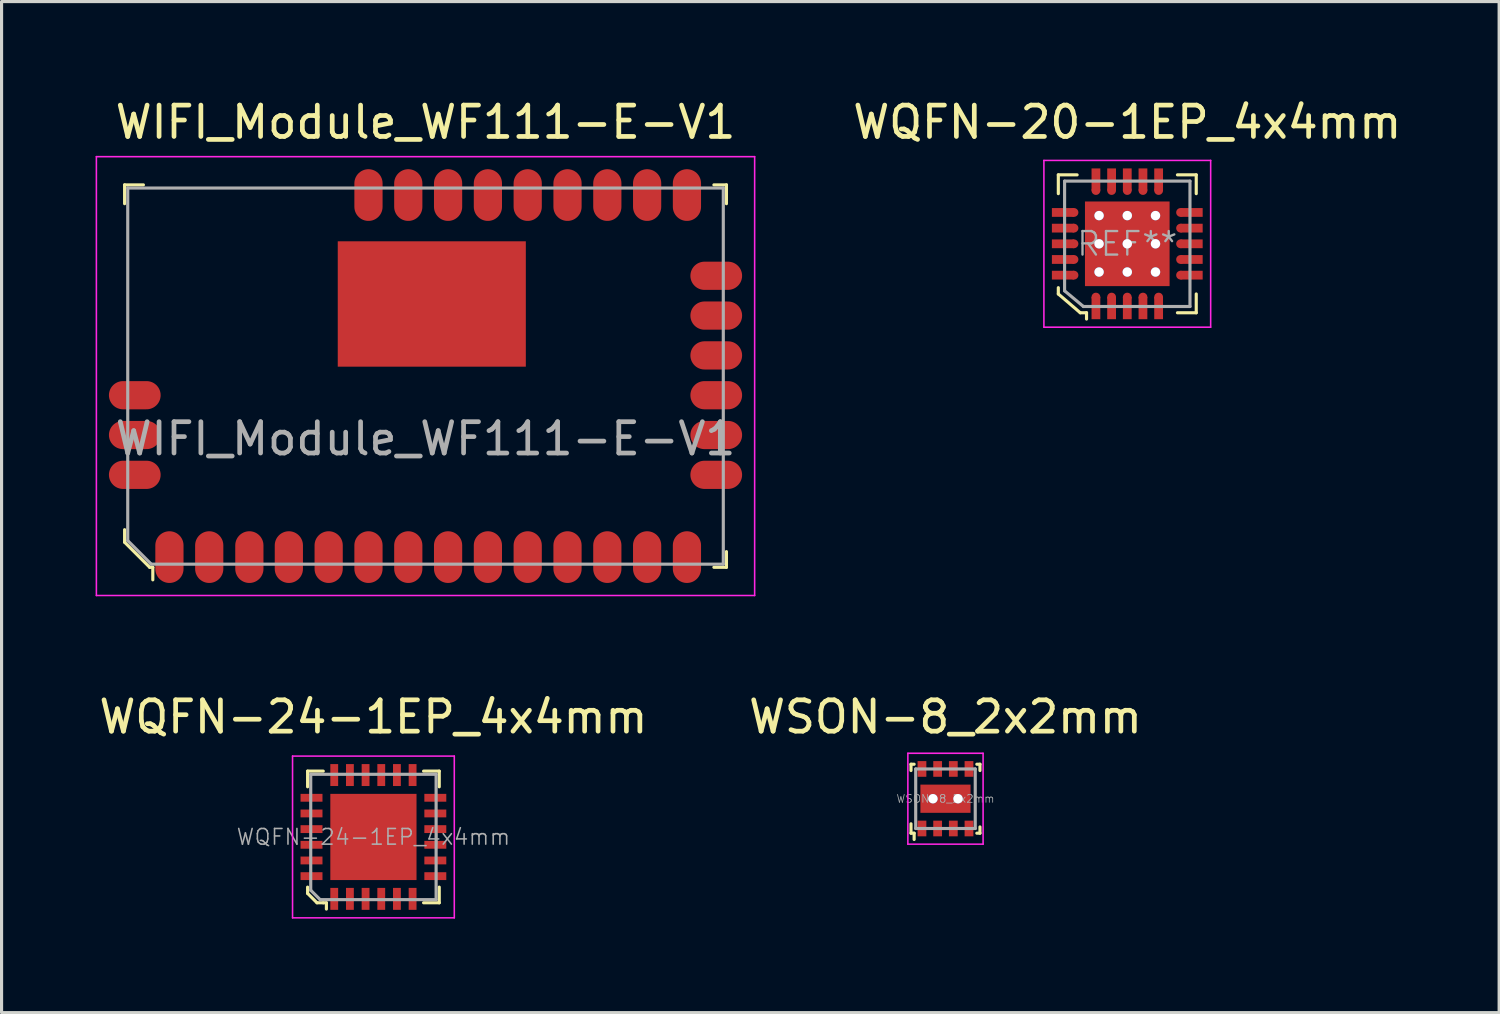
<source format=kicad_pcb>
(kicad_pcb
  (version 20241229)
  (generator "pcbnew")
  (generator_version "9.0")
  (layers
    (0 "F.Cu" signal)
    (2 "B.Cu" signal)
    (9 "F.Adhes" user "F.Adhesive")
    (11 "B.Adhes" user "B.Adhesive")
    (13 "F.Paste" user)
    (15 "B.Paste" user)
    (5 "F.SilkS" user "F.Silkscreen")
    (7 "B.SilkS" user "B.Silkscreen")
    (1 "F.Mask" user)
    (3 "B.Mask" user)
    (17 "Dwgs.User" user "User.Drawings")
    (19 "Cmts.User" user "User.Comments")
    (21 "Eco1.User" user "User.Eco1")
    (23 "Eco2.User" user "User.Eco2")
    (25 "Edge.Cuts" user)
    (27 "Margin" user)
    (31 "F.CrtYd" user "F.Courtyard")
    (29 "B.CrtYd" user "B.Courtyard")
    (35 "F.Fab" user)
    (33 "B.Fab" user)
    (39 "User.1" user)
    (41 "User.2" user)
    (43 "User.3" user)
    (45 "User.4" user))
  (footprint "WQFN-24-1EP_4x4mm"
    (layer "F.Cu")
    (at 8.863 23.651)
    (property "Reference" "WQFN-24-1EP_4x4mm" (at 0 -3.83 0) (layer "F.SilkS") (effects (font (size 1 1) (thickness 0.15))))
    (attr smd)
    (fp_line (start -2.1 -2.1) (end -2.1 -1.6) (stroke (width 0.1) (type solid)) (layer "F.SilkS"))
    (fp_line (start -2.1 1.6) (end -2.1 1.8) (stroke (width 0.1) (type solid)) (layer "F.SilkS"))
    (fp_line (start -2.1 1.8) (end -1.8 2.1) (stroke (width 0.1) (type solid)) (layer "F.SilkS"))
    (fp_line (start -1.8 2.1) (end -1.6 2.1) (stroke (width 0.1) (type solid)) (layer "F.SilkS"))
    (fp_line (start -1.6 -2.1) (end -2.1 -2.1) (stroke (width 0.1) (type solid)) (layer "F.SilkS"))
    (fp_line (start -1.6 2.1) (end -1.5 2.1) (stroke (width 0.1) (type solid)) (layer "F.SilkS"))
    (fp_line (start -1.5 2.1) (end -1.5 2.3) (stroke (width 0.1) (type solid)) (layer "F.SilkS"))
    (fp_line (start 1.6 -2.1) (end 2.1 -2.1) (stroke (width 0.1) (type solid)) (layer "F.SilkS"))
    (fp_line (start 2.1 -2.1) (end 2.1 -1.6) (stroke (width 0.1) (type solid)) (layer "F.SilkS"))
    (fp_line (start 2.1 2.1) (end 1.6 2.1) (stroke (width 0.1) (type solid)) (layer "F.SilkS"))
    (fp_line (start 2.1 2.1) (end 2.1 1.6) (stroke (width 0.1) (type solid)) (layer "F.SilkS"))
    (fp_line (start -2.58 -2.58) (end -2.58 2.58) (stroke (width 0.05) (type solid)) (layer "F.CrtYd"))
    (fp_line (start -2.58 -2.58) (end 2.58 -2.58) (stroke (width 0.05) (type solid)) (layer "F.CrtYd"))
    (fp_line (start -2.58 2.58) (end 2.58 2.58) (stroke (width 0.05) (type solid)) (layer "F.CrtYd"))
    (fp_line (start 2.58 -2.58) (end 2.58 2.58) (stroke (width 0.05) (type solid)) (layer "F.CrtYd"))
    (fp_line (start -2 -2) (end 2 -2) (stroke (width 0.1) (type solid)) (layer "F.Fab"))
    (fp_line (start -2 1.7) (end -2 -2) (stroke (width 0.1) (type solid)) (layer "F.Fab"))
    (fp_line (start -2 1.7) (end -1.7 2) (stroke (width 0.1) (type solid)) (layer "F.Fab"))
    (fp_line (start -1.7 2) (end 2 2) (stroke (width 0.1) (type solid)) (layer "F.Fab"))
    (fp_line (start 2 -2) (end 2 2) (stroke (width 0.1) (type solid)) (layer "F.Fab"))
    (fp_text user "${REFERENCE}" (at 0 0 0) (layer "F.Fab") (effects (font (size 0.5 0.5) (thickness 0.05))))
    (pad "1" smd rect (at -1.25 1.975) (size 0.25 0.7) (layers "F.Cu" "F.Mask" "F.Paste"))
    (pad "2" smd rect (at -0.75 1.975) (size 0.25 0.7) (layers "F.Cu" "F.Mask" "F.Paste"))
    (pad "3" smd rect (at -0.25 1.975) (size 0.25 0.7) (layers "F.Cu" "F.Mask" "F.Paste"))
    (pad "4" smd rect (at 0.25 1.975) (size 0.25 0.7) (layers "F.Cu" "F.Mask" "F.Paste"))
    (pad "5" smd rect (at 0.75 1.975) (size 0.25 0.7) (layers "F.Cu" "F.Mask" "F.Paste"))
    (pad "6" smd rect (at 1.25 1.975) (size 0.25 0.7) (layers "F.Cu" "F.Mask" "F.Paste"))
    (pad "7" smd rect (at 1.975 1.25) (size 0.7 0.25) (layers "F.Cu" "F.Mask" "F.Paste"))
    (pad "8" smd rect (at 1.975 0.75) (size 0.7 0.25) (layers "F.Cu" "F.Mask" "F.Paste"))
    (pad "9" smd rect (at 1.975 0.25) (size 0.7 0.25) (layers "F.Cu" "F.Mask" "F.Paste"))
    (pad "10" smd rect (at 1.975 -0.25) (size 0.7 0.25) (layers "F.Cu" "F.Mask" "F.Paste"))
    (pad "11" smd rect (at 1.975 -0.75) (size 0.7 0.25) (layers "F.Cu" "F.Mask" "F.Paste"))
    (pad "12" smd rect (at 1.975 -1.25) (size 0.7 0.25) (layers "F.Cu" "F.Mask" "F.Paste"))
    (pad "13" smd rect (at 1.25 -1.975) (size 0.25 0.7) (layers "F.Cu" "F.Mask" "F.Paste"))
    (pad "14" smd rect (at 0.75 -1.975) (size 0.25 0.7) (layers "F.Cu" "F.Mask" "F.Paste"))
    (pad "15" smd rect (at 0.25 -1.975) (size 0.25 0.7) (layers "F.Cu" "F.Mask" "F.Paste"))
    (pad "16" smd rect (at -0.25 -1.975) (size 0.25 0.7) (layers "F.Cu" "F.Mask" "F.Paste"))
    (pad "17" smd rect (at -0.75 -1.975) (size 0.25 0.7) (layers "F.Cu" "F.Mask" "F.Paste"))
    (pad "18" smd rect (at -1.25 -1.975) (size 0.25 0.7) (layers "F.Cu" "F.Mask" "F.Paste"))
    (pad "19" smd rect (at -1.975 -1.25) (size 0.7 0.25) (layers "F.Cu" "F.Mask" "F.Paste"))
    (pad "20" smd rect (at -1.975 -0.75) (size 0.7 0.25) (layers "F.Cu" "F.Mask" "F.Paste"))
    (pad "21" smd rect (at -1.975 -0.25) (size 0.7 0.25) (layers "F.Cu" "F.Mask" "F.Paste"))
    (pad "22" smd rect (at -1.975 0.25) (size 0.7 0.25) (layers "F.Cu" "F.Mask" "F.Paste"))
    (pad "23" smd rect (at -1.975 0.75) (size 0.7 0.25) (layers "F.Cu" "F.Mask" "F.Paste"))
    (pad "24" smd rect (at -1.975 1.25) (size 0.7 0.25) (layers "F.Cu" "F.Mask" "F.Paste"))
    (pad "25" smd rect (at 0 0) (size 2.75 2.75) (layers "F.Cu" "F.Mask" "F.Paste")))
  (footprint "WIFI_Module_WF111-E-V1"
    (layer "F.Cu")
    (at 10.525 8.948)
    (property "Reference" "WIFI_Module_WF111-E-V1" (at 0 -8.1 0) (layer "F.SilkS") (effects (font (size 1 1) (thickness 0.15))))
    (attr smd)
    (fp_line (start -9.6 -6.1) (end -9.6 -5.5) (stroke (width 0.1) (type solid)) (layer "F.SilkS"))
    (fp_line (start -9.6 4.9) (end -9.6 5.3) (stroke (width 0.1) (type solid)) (layer "F.SilkS"))
    (fp_line (start -9.6 5.3) (end -8.8 6.1) (stroke (width 0.1) (type solid)) (layer "F.SilkS"))
    (fp_line (start -9 -6.1) (end -9.6 -6.1) (stroke (width 0.1) (type solid)) (layer "F.SilkS"))
    (fp_line (start -8.8 6.1) (end -8.7 6.1) (stroke (width 0.1) (type solid)) (layer "F.SilkS"))
    (fp_line (start -8.7 6.1) (end -8.7 6.5) (stroke (width 0.1) (type solid)) (layer "F.SilkS"))
    (fp_line (start 9.2 -6.1) (end 9.6 -6.1) (stroke (width 0.1) (type solid)) (layer "F.SilkS"))
    (fp_line (start 9.2 6.1) (end 9.6 6.1) (stroke (width 0.1) (type solid)) (layer "F.SilkS"))
    (fp_line (start 9.6 -6.1) (end 9.6 -5.5) (stroke (width 0.1) (type solid)) (layer "F.SilkS"))
    (fp_line (start 9.6 6.1) (end 9.6 5.6) (stroke (width 0.1) (type solid)) (layer "F.SilkS"))
    (fp_line (start -10.5 -7) (end 10.5 -7) (stroke (width 0.05) (type solid)) (layer "F.CrtYd"))
    (fp_line (start -10.5 7) (end -10.5 -7) (stroke (width 0.05) (type solid)) (layer "F.CrtYd"))
    (fp_line (start -10.5 7) (end 10.5 7) (stroke (width 0.05) (type solid)) (layer "F.CrtYd"))
    (fp_line (start 10.5 7) (end 10.5 -7) (stroke (width 0.05) (type solid)) (layer "F.CrtYd"))
    (fp_line (start -9.5 -6) (end 9.5 -6) (stroke (width 0.1) (type solid)) (layer "F.Fab"))
    (fp_line (start -9.5 5.25) (end -9.5 -6) (stroke (width 0.1) (type solid)) (layer "F.Fab"))
    (fp_line (start -8.75 6) (end -9.5 5.25) (stroke (width 0.1) (type solid)) (layer "F.Fab"))
    (fp_line (start -8.75 6) (end 9.5 6) (stroke (width 0.1) (type solid)) (layer "F.Fab"))
    (fp_line (start 9.5 -6) (end 9.5 6) (stroke (width 0.1) (type solid)) (layer "F.Fab"))
    (fp_text user "${REFERENCE}" (at 0 2 0) (layer "F.Fab") (effects (font (size 1 1) (thickness 0.15))))
    (pad "1" smd oval (at -8.17 5.775) (size 0.9 1.65) (layers "F.Cu" "F.Mask" "F.Paste"))
    (pad "2" smd oval (at -6.9 5.775) (size 0.9 1.65) (layers "F.Cu" "F.Mask" "F.Paste"))
    (pad "3" smd oval (at -5.62 5.775) (size 0.9 1.65) (layers "F.Cu" "F.Mask" "F.Paste"))
    (pad "4" smd oval (at -4.36 5.775) (size 0.9 1.65) (layers "F.Cu" "F.Mask" "F.Paste"))
    (pad "5" smd oval (at -3.09 5.775) (size 0.9 1.65) (layers "F.Cu" "F.Mask" "F.Paste"))
    (pad "6" smd oval (at -1.82 5.775) (size 0.9 1.65) (layers "F.Cu" "F.Mask" "F.Paste"))
    (pad "7" smd oval (at -0.55 5.775) (size 0.9 1.65) (layers "F.Cu" "F.Mask" "F.Paste"))
    (pad "8" smd oval (at 0.72 5.775) (size 0.9 1.65) (layers "F.Cu" "F.Mask" "F.Paste"))
    (pad "9" smd oval (at 1.99 5.775) (size 0.9 1.65) (layers "F.Cu" "F.Mask" "F.Paste"))
    (pad "10" smd oval (at 3.26 5.775) (size 0.9 1.65) (layers "F.Cu" "F.Mask" "F.Paste"))
    (pad "11" smd oval (at 4.53 5.775) (size 0.9 1.65) (layers "F.Cu" "F.Mask" "F.Paste"))
    (pad "12" smd oval (at 5.8 5.775) (size 0.9 1.65) (layers "F.Cu" "F.Mask" "F.Paste"))
    (pad "13" smd oval (at 7.07 5.775) (size 0.9 1.65) (layers "F.Cu" "F.Mask" "F.Paste"))
    (pad "14" smd oval (at 8.34 5.775) (size 0.9 1.65) (layers "F.Cu" "F.Mask" "F.Paste"))
    (pad "15" smd oval (at 9.275 3.15) (size 1.65 0.9) (layers "F.Cu" "F.Mask" "F.Paste"))
    (pad "16" smd oval (at 9.275 1.88) (size 1.65 0.9) (layers "F.Cu" "F.Mask" "F.Paste"))
    (pad "17" smd oval (at 9.275 0.61) (size 1.65 0.9) (layers "F.Cu" "F.Mask" "F.Paste"))
    (pad "18" smd oval (at 9.275 -0.66) (size 1.65 0.9) (layers "F.Cu" "F.Mask" "F.Paste"))
    (pad "19" smd oval (at 9.275 -1.93) (size 1.65 0.9) (layers "F.Cu" "F.Mask" "F.Paste"))
    (pad "20" smd oval (at 9.275 -3.2) (size 1.65 0.9) (layers "F.Cu" "F.Mask" "F.Paste"))
    (pad "21" smd oval (at 8.34 -5.775) (size 0.9 1.65) (layers "F.Cu" "F.Mask" "F.Paste"))
    (pad "22" smd oval (at 7.07 -5.775) (size 0.9 1.65) (layers "F.Cu" "F.Mask" "F.Paste"))
    (pad "23" smd oval (at 5.8 -5.775) (size 0.9 1.65) (layers "F.Cu" "F.Mask" "F.Paste"))
    (pad "24" smd oval (at 4.53 -5.775) (size 0.9 1.65) (layers "F.Cu" "F.Mask" "F.Paste"))
    (pad "25" smd oval (at 3.26 -5.775) (size 0.9 1.65) (layers "F.Cu" "F.Mask" "F.Paste"))
    (pad "26" smd oval (at 1.99 -5.775) (size 0.9 1.65) (layers "F.Cu" "F.Mask" "F.Paste"))
    (pad "27" smd oval (at 0.72 -5.775) (size 0.9 1.65) (layers "F.Cu" "F.Mask" "F.Paste"))
    (pad "28" smd oval (at -0.55 -5.775) (size 0.9 1.65) (layers "F.Cu" "F.Mask" "F.Paste"))
    (pad "29" smd oval (at -1.82 -5.775) (size 0.9 1.65) (layers "F.Cu" "F.Mask" "F.Paste"))
    (pad "30" smd oval (at -9.275 0.61) (size 1.65 0.9) (layers "F.Cu" "F.Mask" "F.Paste"))
    (pad "31" smd oval (at -9.275 1.88) (size 1.65 0.9) (layers "F.Cu" "F.Mask" "F.Paste"))
    (pad "32" smd oval (at -9.275 3.15) (size 1.65 0.9) (layers "F.Cu" "F.Mask" "F.Paste"))
    (pad "33" smd rect (at 0.2 -2.3) (size 6 4) (layers "F.Cu" "F.Mask" "F.Paste")))
  (footprint "WSON-8_2x2mm"
    (layer "F.Cu")
    (at 27.113 22.431)
    (property "Reference" "WSON-8_2x2mm" (at 0 -2.61 0) (layer "F.SilkS") (effects (font (size 1 1) (thickness 0.15))))
    (attr through_hole)
    (fp_line (start -1.1 -1.1) (end -1.1 -0.9) (stroke (width 0.1) (type solid)) (layer "F.SilkS"))
    (fp_line (start -1.1 -1.1) (end -1 -1.1) (stroke (width 0.1) (type solid)) (layer "F.SilkS"))
    (fp_line (start -1.1 0.8) (end -1.1 1.1) (stroke (width 0.1) (type solid)) (layer "F.SilkS"))
    (fp_line (start -1.1 1.1) (end -1 1.1) (stroke (width 0.1) (type solid)) (layer "F.SilkS"))
    (fp_line (start -1 1.1) (end -1 1.3) (stroke (width 0.1) (type solid)) (layer "F.SilkS"))
    (fp_line (start 1 1.1) (end 1.1 1.1) (stroke (width 0.1) (type solid)) (layer "F.SilkS"))
    (fp_line (start 1.1 -1.1) (end 1 -1.1) (stroke (width 0.1) (type solid)) (layer "F.SilkS"))
    (fp_line (start 1.1 -1.1) (end 1.1 -0.9) (stroke (width 0.1) (type solid)) (layer "F.SilkS"))
    (fp_line (start 1.1 1.1) (end 1.1 0.9) (stroke (width 0.1) (type solid)) (layer "F.SilkS"))
    (fp_line (start -1.2 -1.45) (end -1.2 1.45) (stroke (width 0.05) (type solid)) (layer "F.CrtYd"))
    (fp_line (start -1.2 -1.45) (end 1.2 -1.45) (stroke (width 0.05) (type solid)) (layer "F.CrtYd"))
    (fp_line (start -1.2 1.45) (end 1.2 1.45) (stroke (width 0.05) (type solid)) (layer "F.CrtYd"))
    (fp_line (start 1.2 -1.45) (end 1.2 1.45) (stroke (width 0.05) (type solid)) (layer "F.CrtYd"))
    (fp_line (start -0.95 -0.95) (end 0.95 -0.95) (stroke (width 0.1) (type solid)) (layer "F.Fab"))
    (fp_line (start -0.95 0.95) (end -0.95 -0.95) (stroke (width 0.1) (type solid)) (layer "F.Fab"))
    (fp_line (start -0.95 0.95) (end 0.95 0.95) (stroke (width 0.1) (type solid)) (layer "F.Fab"))
    (fp_line (start 0.95 0.95) (end 0.95 -0.95) (stroke (width 0.1) (type solid)) (layer "F.Fab"))
    (fp_text user "${REFERENCE}" (at 0 0 0) (layer "F.Fab") (effects (font (size 0.25 0.25) (thickness 0.025))))
    (pad "1" smd rect (at -0.75 0.95) (size 0.28 0.5) (layers "F.Cu" "F.Mask" "F.Paste"))
    (pad "2" smd rect (at -0.25 0.95) (size 0.28 0.5) (layers "F.Cu" "F.Mask" "F.Paste"))
    (pad "3" smd rect (at 0.25 0.95) (size 0.28 0.5) (layers "F.Cu" "F.Mask" "F.Paste"))
    (pad "4" smd rect (at 0.75 0.95) (size 0.28 0.5) (layers "F.Cu" "F.Mask" "F.Paste"))
    (pad "5" smd rect (at 0.75 -0.95) (size 0.28 0.5) (layers "F.Cu" "F.Mask" "F.Paste"))
    (pad "6" smd rect (at 0.25 -0.95) (size 0.28 0.5) (layers "F.Cu" "F.Mask" "F.Paste"))
    (pad "7" smd rect (at -0.25 -0.95) (size 0.28 0.5) (layers "F.Cu" "F.Mask" "F.Paste"))
    (pad "8" smd rect (at -0.75 -0.95) (size 0.28 0.5) (layers "F.Cu" "F.Mask" "F.Paste"))
    (pad "9" thru_hole circle (at -0.4 0) (size 0.3 0.3) (drill 0.3) (layers "*.Cu" "*.Mask"))
    (pad "9" smd rect (at 0 0) (size 1.6 0.9) (layers "F.Cu" "F.Mask" "F.Paste"))
    (pad "9" thru_hole circle (at 0.4 0) (size 0.3 0.3) (drill 0.3) (layers "*.Cu" "*.Mask")))
  (footprint "WQFN-20-1EP_4x4mm"
    (layer "F.Cu")
    (at 32.913 4.728)
    (property "Reference" "WQFN-20-1EP_4x4mm" (at 0 -3.88 0) (layer "F.SilkS") (effects (font (size 1 1) (thickness 0.15))))
    (attr smd)
    (fp_line (start -2.2 -2.2) (end -2.2 -1.6) (stroke (width 0.1) (type solid)) (layer "F.SilkS"))
    (fp_line (start -2.2 -2.2) (end -1.6 -2.2) (stroke (width 0.1) (type solid)) (layer "F.SilkS"))
    (fp_line (start -2.2 1.4) (end -2.2 1.6) (stroke (width 0.1) (type solid)) (layer "F.SilkS"))
    (fp_line (start -2.2 1.6) (end -1.5 2.2) (stroke (width 0.1) (type solid)) (layer "F.SilkS"))
    (fp_line (start -1.5 2.2) (end -1.3 2.2) (stroke (width 0.1) (type solid)) (layer "F.SilkS"))
    (fp_line (start -1.3 2.2) (end -1.3 2.4) (stroke (width 0.1) (type solid)) (layer "F.SilkS"))
    (fp_line (start 2.2 -2.2) (end 1.6 -2.2) (stroke (width 0.1) (type solid)) (layer "F.SilkS"))
    (fp_line (start 2.2 -2.2) (end 2.2 -1.6) (stroke (width 0.1) (type solid)) (layer "F.SilkS"))
    (fp_line (start 2.2 2.2) (end 1.6 2.2) (stroke (width 0.1) (type solid)) (layer "F.SilkS"))
    (fp_line (start 2.2 2.2) (end 2.2 1.6) (stroke (width 0.1) (type solid)) (layer "F.SilkS"))
    (fp_line (start -2.66 -2.66) (end -2.66 2.66) (stroke (width 0.05) (type solid)) (layer "F.CrtYd"))
    (fp_line (start -2.66 -2.66) (end 2.66 -2.66) (stroke (width 0.05) (type solid)) (layer "F.CrtYd"))
    (fp_line (start -2.66 2.66) (end 2.66 2.66) (stroke (width 0.05) (type solid)) (layer "F.CrtYd"))
    (fp_line (start 2.66 -2.66) (end 2.66 2.66) (stroke (width 0.05) (type solid)) (layer "F.CrtYd"))
    (fp_line (start -2 -2) (end 2 -2) (stroke (width 0.1) (type solid)) (layer "F.Fab"))
    (fp_line (start -2 1.5) (end -2 -2) (stroke (width 0.1) (type solid)) (layer "F.Fab"))
    (fp_line (start -2 1.5) (end -1.4 2) (stroke (width 0.1) (type solid)) (layer "F.Fab"))
    (fp_line (start -1.4 2) (end 2 2) (stroke (width 0.1) (type solid)) (layer "F.Fab"))
    (fp_line (start 2 -2) (end 2 2) (stroke (width 0.1) (type solid)) (layer "F.Fab"))
    (fp_text user "REF**" (at 0 0 0) (layer "F.Fab") (effects (font (size 0.75 0.75) (thickness 0.075))))
    (pad "1" smd circle (at -1 1.7) (size 0.28 0.28) (layers "F.Cu" "F.Mask" "F.Paste"))
    (pad "1" smd rect (at -1 2.05) (size 0.28 0.71) (layers "F.Cu" "F.Mask" "F.Paste"))
    (pad "2" smd circle (at -0.5 1.7) (size 0.28 0.28) (layers "F.Cu" "F.Mask" "F.Paste"))
    (pad "2" smd rect (at -0.5 2.05) (size 0.28 0.71) (layers "F.Cu" "F.Mask" "F.Paste"))
    (pad "3" smd circle (at 0 1.7) (size 0.28 0.28) (layers "F.Cu" "F.Mask" "F.Paste"))
    (pad "3" smd rect (at 0 2.05) (size 0.28 0.71) (layers "F.Cu" "F.Mask" "F.Paste"))
    (pad "4" smd circle (at 0.5 1.7) (size 0.28 0.28) (layers "F.Cu" "F.Mask" "F.Paste"))
    (pad "4" smd rect (at 0.5 2.05) (size 0.28 0.71) (layers "F.Cu" "F.Mask" "F.Paste"))
    (pad "5" smd circle (at 1 1.7) (size 0.28 0.28) (layers "F.Cu" "F.Mask" "F.Paste"))
    (pad "5" smd rect (at 1 2.05) (size 0.28 0.71) (layers "F.Cu" "F.Mask" "F.Paste"))
    (pad "6" smd circle (at 1.7 1) (size 0.28 0.28) (layers "F.Cu" "F.Mask" "F.Paste"))
    (pad "6" smd rect (at 2.05 1) (size 0.71 0.28) (layers "F.Cu" "F.Mask" "F.Paste"))
    (pad "7" smd circle (at 1.7 0.5) (size 0.28 0.28) (layers "F.Cu" "F.Mask" "F.Paste"))
    (pad "7" smd rect (at 2.05 0.5) (size 0.71 0.28) (layers "F.Cu" "F.Mask" "F.Paste"))
    (pad "8" smd circle (at 1.7 0) (size 0.28 0.28) (layers "F.Cu" "F.Mask" "F.Paste"))
    (pad "8" smd rect (at 2.05 0) (size 0.71 0.28) (layers "F.Cu" "F.Mask" "F.Paste"))
    (pad "9" smd circle (at 1.7 -0.5) (size 0.28 0.28) (layers "F.Cu" "F.Mask" "F.Paste"))
    (pad "9" smd rect (at 2.05 -0.5) (size 0.71 0.28) (layers "F.Cu" "F.Mask" "F.Paste"))
    (pad "10" smd circle (at 1.7 -1) (size 0.28 0.28) (layers "F.Cu" "F.Mask" "F.Paste"))
    (pad "10" smd rect (at 2.05 -1) (size 0.71 0.28) (layers "F.Cu" "F.Mask" "F.Paste"))
    (pad "11" smd rect (at 1 -2.05) (size 0.28 0.71) (layers "F.Cu" "F.Mask" "F.Paste"))
    (pad "11" smd circle (at 1 -1.7) (size 0.28 0.28) (layers "F.Cu" "F.Mask" "F.Paste"))
    (pad "12" smd rect (at 0.5 -2.05) (size 0.28 0.71) (layers "F.Cu" "F.Mask" "F.Paste"))
    (pad "12" smd circle (at 0.5 -1.7) (size 0.28 0.28) (layers "F.Cu" "F.Mask" "F.Paste"))
    (pad "13" smd rect (at 0 -2.05) (size 0.28 0.71) (layers "F.Cu" "F.Mask" "F.Paste"))
    (pad "13" smd circle (at 0 -1.7) (size 0.28 0.28) (layers "F.Cu" "F.Mask" "F.Paste"))
    (pad "14" smd rect (at -0.5 -2.05) (size 0.28 0.71) (layers "F.Cu" "F.Mask" "F.Paste"))
    (pad "14" smd circle (at -0.5 -1.7) (size 0.28 0.28) (layers "F.Cu" "F.Mask" "F.Paste"))
    (pad "15" smd rect (at -1 -2.05) (size 0.28 0.71) (layers "F.Cu" "F.Mask" "F.Paste"))
    (pad "15" smd circle (at -1 -1.7) (size 0.28 0.28) (layers "F.Cu" "F.Mask" "F.Paste"))
    (pad "16" smd rect (at -2.05 -1) (size 0.71 0.28) (layers "F.Cu" "F.Mask" "F.Paste"))
    (pad "16" smd circle (at -1.7 -1) (size 0.28 0.28) (layers "F.Cu" "F.Mask" "F.Paste"))
    (pad "17" smd rect (at -2.05 -0.5) (size 0.71 0.28) (layers "F.Cu" "F.Mask" "F.Paste"))
    (pad "17" smd circle (at -1.7 -0.5) (size 0.28 0.28) (layers "F.Cu" "F.Mask" "F.Paste"))
    (pad "18" smd rect (at -2.05 0) (size 0.71 0.28) (layers "F.Cu" "F.Mask" "F.Paste"))
    (pad "18" smd circle (at -1.7 0) (size 0.28 0.28) (layers "F.Cu" "F.Mask" "F.Paste"))
    (pad "19" smd rect (at -2.05 0.5) (size 0.71 0.28) (layers "F.Cu" "F.Mask" "F.Paste"))
    (pad "19" smd circle (at -1.7 0.5) (size 0.28 0.28) (layers "F.Cu" "F.Mask" "F.Paste"))
    (pad "20" smd rect (at -2.05 1) (size 0.71 0.28) (layers "F.Cu" "F.Mask" "F.Paste"))
    (pad "20" smd circle (at -1.7 1) (size 0.28 0.28) (layers "F.Cu" "F.Mask" "F.Paste"))
    (pad "21" thru_hole circle (at -0.9 -0.9) (size 0.3 0.3) (drill 0.3) (layers "*.Cu" "*.Mask"))
    (pad "21" thru_hole circle (at -0.9 0) (size 0.3 0.3) (drill 0.3) (layers "*.Cu" "*.Mask"))
    (pad "21" thru_hole circle (at -0.9 0.9) (size 0.3 0.3) (drill 0.3) (layers "*.Cu" "*.Mask"))
    (pad "21" thru_hole circle (at 0 -0.9) (size 0.3 0.3) (drill 0.3) (layers "*.Cu" "*.Mask"))
    (pad "21" thru_hole circle (at 0 0) (size 0.3 0.3) (drill 0.3) (layers "*.Cu" "*.Mask"))
    (pad "21" smd rect (at 0 0) (size 2.7 2.7) (layers "F.Cu" "F.Mask" "F.Paste"))
    (pad "21" thru_hole circle (at 0 0.9) (size 0.3 0.3) (drill 0.3) (layers "*.Cu" "*.Mask"))
    (pad "21" thru_hole circle (at 0.9 -0.9) (size 0.3 0.3) (drill 0.3) (layers "*.Cu" "*.Mask"))
    (pad "21" thru_hole circle (at 0.9 0) (size 0.3 0.3) (drill 0.3) (layers "*.Cu" "*.Mask"))
    (pad "21" thru_hole circle (at 0.9 0.9) (size 0.3 0.3) (drill 0.3) (layers "*.Cu" "*.Mask")))
  (gr_rect
    (start -3 -3)
    (end 44.776 29.256)
    (stroke (width 0.1) (type default))
    (fill no)
    (layer "Edge.Cuts")))
</source>
